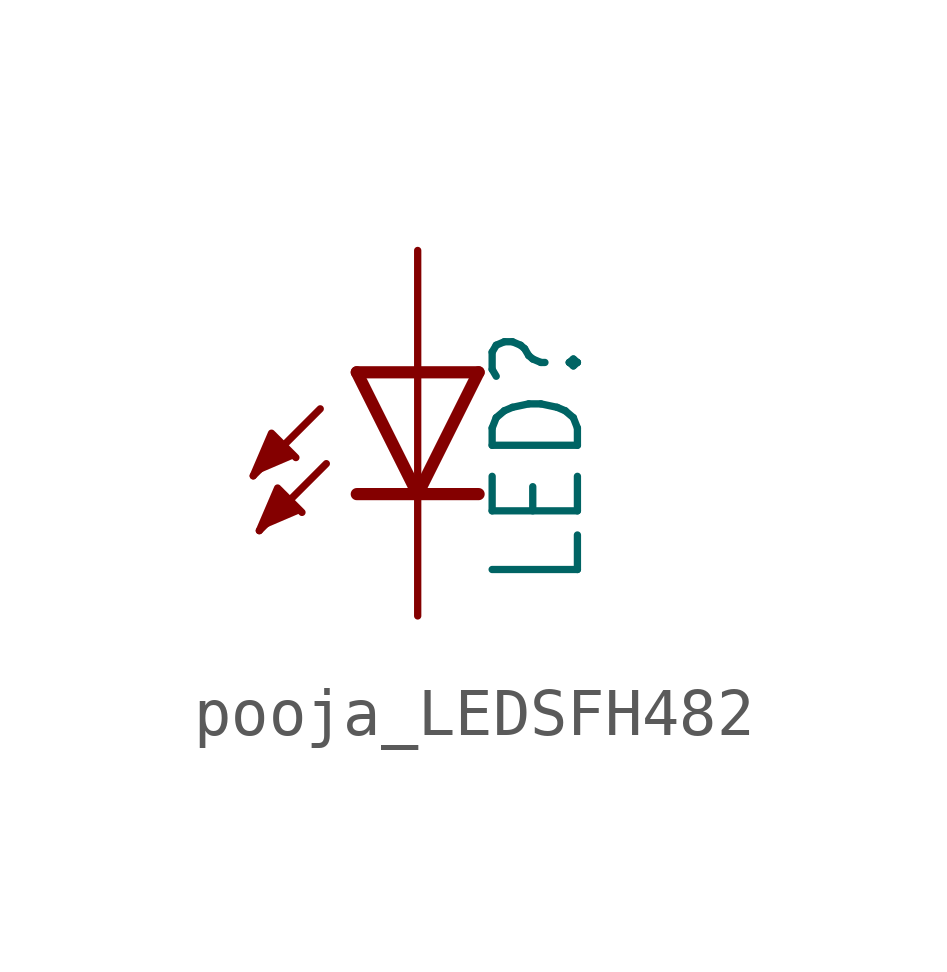
<source format=kicad_sym>
(kicad_symbol_lib
  (version 20220914)
  (generator kicad_symbol_editor)
  (symbol "pooja_LEDSFH482"
    (property "Reference" "LED"
      (at 3.556 -4.572 90)
      (effects (font (size 1.778 1.511)) (justify left bottom)))
    (property "Value" ""
      (at 5.715 -4.572 90)
      (effects (font (size 1.778 1.511)) (justify left bottom)))
    (property "ki_locked" ""
      (at 0 0 0)
      (effects (font (size 1.27 1.27))))
    (symbol "pooja_LEDSFH482_1_0"
      (polyline (pts (xy -2.032 -0.762) (xy -3.429 -2.159)) (stroke (width 0.152) (type solid)) (fill (type none)))
      (polyline (pts (xy -1.905 -1.905) (xy -3.302 -3.302)) (stroke (width 0.152) (type solid)) (fill (type none)))
      (polyline (pts (xy 0 -2.54) (xy -1.27 -2.54)) (stroke (width 0.254) (type solid)) (fill (type none)))
      (polyline (pts (xy 0 -2.54) (xy -1.27 0)) (stroke (width 0.254) (type solid)) (fill (type none)))
      (polyline (pts (xy 0 0) (xy -1.27 0)) (stroke (width 0.254) (type solid)) (fill (type none)))
      (polyline (pts (xy 0 0) (xy 0 -2.54)) (stroke (width 0.152) (type solid)) (fill (type none)))
      (polyline (pts (xy 1.27 -2.54) (xy 0 -2.54)) (stroke (width 0.254) (type solid)) (fill (type none)))
      (polyline (pts (xy 1.27 0) (xy 0 -2.54)) (stroke (width 0.254) (type solid)) (fill (type none)))
      (polyline (pts (xy 1.27 0) (xy 0 0)) (stroke (width 0.254) (type solid)) (fill (type none)))
      (polyline (pts (xy -3.429 -2.159) (xy -3.048 -1.27) (xy -2.54 -1.778)) (stroke (width 0.152) (type solid)) (fill (type outline)))
      (polyline (pts (xy -3.302 -3.302) (xy -2.921 -2.413) (xy -2.413 -2.921)) (stroke (width 0.152) (type solid)) (fill (type outline)))
      (pin passive line (at 0 2.54 270) (length 2.54) (name "A" (effects (font (size 0 0)))) (number "A" (effects (font (size 0 0)))))
      (pin passive line (at 0 -5.08 90) (length 2.54) (name "C" (effects (font (size 0 0)))) (number "K" (effects (font (size 0 0))))))))
</source>
